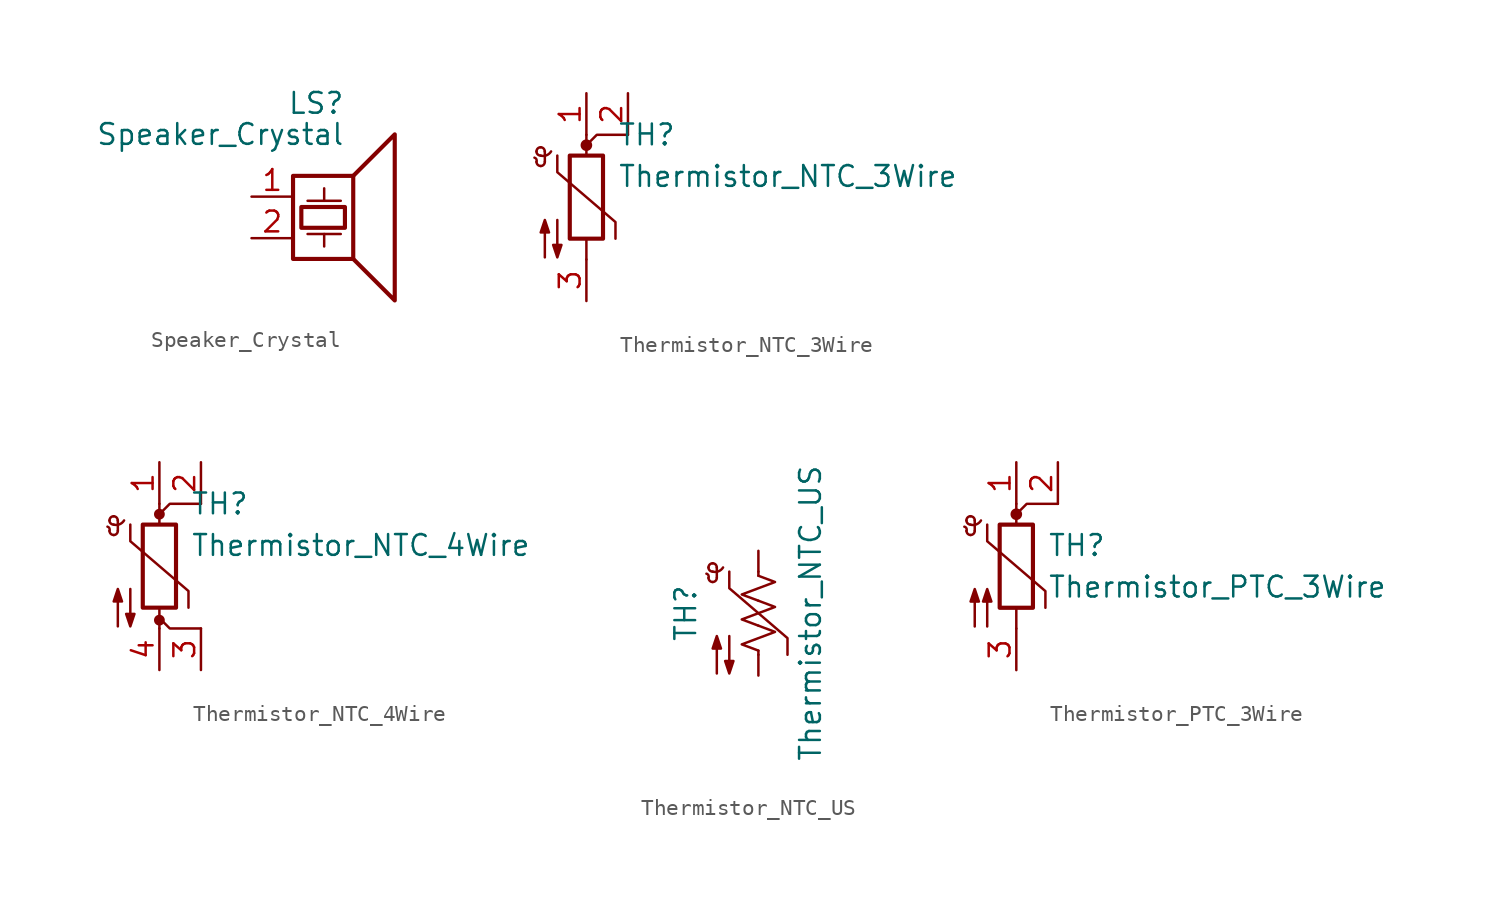
<source format=kicad_sym>
(kicad_symbol_lib
  (version 20241209)
  (generator "kicad_symbol_editor")
  (generator_version "9.0")
  (symbol "Speaker_Crystal"
    (pin_names
      (offset 0)
      (hide yes))
    (property "Reference" "LS"
      (at 0.635 5.715 0)
      (effects (font (size 1.27 1.27)) (justify right)))
    (property "Value" "Speaker_Crystal"
      (at 0.635 3.81 0)
      (effects (font (size 1.27 1.27)) (justify right)))
    (symbol "Speaker_Crystal_0_0"
      (rectangle (start -2.54 1.27) (end 1.143 -3.81) (stroke (width 0.254) (type default)) (fill (type none)))
      (rectangle (start -2.032 -0.635) (end 0.635 -1.905) (stroke (width 0.254) (type default)) (fill (type none)))
      (polyline (pts (xy -1.651 -0.254) (xy 0.381 -0.254)) (stroke (width 0) (type default)) (fill (type none)))
      (polyline (pts (xy -1.651 -2.286) (xy 0.381 -2.286)) (stroke (width 0) (type default)) (fill (type none)))
      (polyline (pts (xy -0.635 -0.254) (xy -0.635 0.508)) (stroke (width 0) (type default)) (fill (type none)))
      (polyline (pts (xy -0.635 -2.286) (xy -0.635 -3.048)) (stroke (width 0) (type default)) (fill (type none)))
      (polyline (pts (xy 1.143 1.27) (xy 3.683 3.81) (xy 3.683 -6.35) (xy 1.143 -3.81)) (stroke (width 0.254) (type default)) (fill (type none))))
    (symbol "Speaker_Crystal_1_1"
      (pin input line (at -5.08 0 0) (length 2.54) (name "1" (effects (font (size 1.27 1.27)))) (number "1" (effects (font (size 1.27 1.27)))))
      (pin input line (at -5.08 -2.54 0) (length 2.54) (name "2" (effects (font (size 1.27 1.27)))) (number "2" (effects (font (size 1.27 1.27)))))))
  (symbol "Thermistor_NTC_3Wire"
    (pin_names
      (offset 0))
    (property "Reference" "TH"
      (at 1.905 3.81 0)
      (effects (font (size 1.27 1.27)) (justify left)))
    (property "Value" "Thermistor_NTC_3Wire"
      (at 1.905 1.27 0)
      (effects (font (size 1.27 1.27)) (justify left)))
    (symbol "Thermistor_NTC_3Wire_0_1"
      (arc (start -3.175 2.413) (mid -3.0506 2.3165) (end -3.048 2.159) (stroke (width 0) (type default)) (fill (type none)))
      (arc (start -3.048 2.794) (mid -2.9736 2.9736) (end -2.794 3.048) (stroke (width 0) (type default)) (fill (type none)))
      (arc (start -2.794 3.048) (mid -2.6144 2.9736) (end -2.54 2.794) (stroke (width 0) (type default)) (fill (type none)))
      (arc (start -2.794 2.54) (mid -2.9736 2.6144) (end -3.048 2.794) (stroke (width 0) (type default)) (fill (type none)))
      (arc (start -2.794 1.905) (mid -2.9736 1.9794) (end -3.048 2.159) (stroke (width 0) (type default)) (fill (type none)))
      (arc (start -2.54 2.159) (mid -2.6144 1.9794) (end -2.794 1.905) (stroke (width 0) (type default)) (fill (type none)))
      (arc (start -2.159 2.794) (mid -2.434 2.5608) (end -2.794 2.54) (stroke (width 0) (type default)) (fill (type none)))
      (polyline (pts (xy -2.54 2.159) (xy -2.54 2.794)) (stroke (width 0) (type default)) (fill (type none)))
      (polyline (pts (xy -2.54 -3.683) (xy -2.54 -1.397) (xy -2.794 -2.159) (xy -2.286 -2.159) (xy -2.54 -1.397) (xy -2.54 -1.651)) (stroke (width 0) (type default)) (fill (type outline)))
      (polyline (pts (xy -1.778 2.54) (xy -1.778 1.524) (xy 1.778 -1.524) (xy 1.778 -2.54)) (stroke (width 0) (type default)) (fill (type none)))
      (polyline (pts (xy -1.778 -1.397) (xy -1.778 -3.683) (xy -2.032 -2.921) (xy -1.524 -2.921) (xy -1.778 -3.683) (xy -1.778 -3.429)) (stroke (width 0) (type default)) (fill (type outline)))
      (rectangle (start -1.016 2.54) (end 1.016 -2.54) (stroke (width 0.254) (type default)) (fill (type none)))
      (polyline (pts (xy 0 3.81) (xy 0 2.54)) (stroke (width 0) (type default)) (fill (type none)))
      (circle (center 0 3.175) (radius 0.279) (stroke (width 0) (type default)) (fill (type outline)))
      (polyline (pts (xy 0 -3.81) (xy 0 -2.54)) (stroke (width 0) (type default)) (fill (type none)))
      (polyline (pts (xy 2.54 3.81) (xy 0.635 3.81) (xy 0 3.175)) (stroke (width 0) (type default)) (fill (type none))))
    (symbol "Thermistor_NTC_3Wire_1_1"
      (pin passive line (at 0 6.35 270) (length 2.54) (name "~" (effects (font (size 1.27 1.27)))) (number "1" (effects (font (size 1.27 1.27)))))
      (pin passive line (at 0 -6.35 90) (length 2.54) (name "~" (effects (font (size 1.27 1.27)))) (number "3" (effects (font (size 1.27 1.27)))))
      (pin passive line (at 2.54 6.35 270) (length 2.54) (name "~" (effects (font (size 1.27 1.27)))) (number "2" (effects (font (size 1.27 1.27)))))))
  (symbol "Thermistor_NTC_4Wire"
    (pin_names
      (offset 0))
    (property "Reference" "TH"
      (at 1.905 3.81 0)
      (effects (font (size 1.27 1.27)) (justify left)))
    (property "Value" "Thermistor_NTC_4Wire"
      (at 1.905 1.27 0)
      (effects (font (size 1.27 1.27)) (justify left)))
    (symbol "Thermistor_NTC_4Wire_0_1"
      (arc (start -3.175 2.413) (mid -3.0506 2.3165) (end -3.048 2.159) (stroke (width 0) (type default)) (fill (type none)))
      (arc (start -3.048 2.794) (mid -2.9736 2.9736) (end -2.794 3.048) (stroke (width 0) (type default)) (fill (type none)))
      (arc (start -2.794 3.048) (mid -2.6144 2.9736) (end -2.54 2.794) (stroke (width 0) (type default)) (fill (type none)))
      (arc (start -2.794 2.54) (mid -2.9736 2.6144) (end -3.048 2.794) (stroke (width 0) (type default)) (fill (type none)))
      (arc (start -2.794 1.905) (mid -2.9736 1.9794) (end -3.048 2.159) (stroke (width 0) (type default)) (fill (type none)))
      (arc (start -2.54 2.159) (mid -2.6144 1.9794) (end -2.794 1.905) (stroke (width 0) (type default)) (fill (type none)))
      (arc (start -2.159 2.794) (mid -2.434 2.5608) (end -2.794 2.54) (stroke (width 0) (type default)) (fill (type none)))
      (polyline (pts (xy -2.54 2.159) (xy -2.54 2.794)) (stroke (width 0) (type default)) (fill (type none)))
      (polyline (pts (xy -2.54 -3.683) (xy -2.54 -1.397) (xy -2.794 -2.159) (xy -2.286 -2.159) (xy -2.54 -1.397) (xy -2.54 -1.651)) (stroke (width 0) (type default)) (fill (type outline)))
      (polyline (pts (xy -1.778 2.54) (xy -1.778 1.524) (xy 1.778 -1.524) (xy 1.778 -2.54)) (stroke (width 0) (type default)) (fill (type none)))
      (polyline (pts (xy -1.778 -1.397) (xy -1.778 -3.683) (xy -2.032 -2.921) (xy -1.524 -2.921) (xy -1.778 -3.683) (xy -1.778 -3.429)) (stroke (width 0) (type default)) (fill (type outline)))
      (rectangle (start -1.016 2.54) (end 1.016 -2.54) (stroke (width 0.254) (type default)) (fill (type none)))
      (polyline (pts (xy 0 3.81) (xy 0 2.54)) (stroke (width 0) (type default)) (fill (type none)))
      (circle (center 0 3.175) (radius 0.254) (stroke (width 0) (type default)) (fill (type outline)))
      (polyline (pts (xy 0 3.175) (xy 0 3.175)) (stroke (width 0) (type default)) (fill (type none)))
      (circle (center 0 -3.302) (radius 0.254) (stroke (width 0) (type default)) (fill (type outline)))
      (polyline (pts (xy 0 -3.81) (xy 0 -2.54)) (stroke (width 0) (type default)) (fill (type none)))
      (polyline (pts (xy 2.54 3.81) (xy 0.635 3.81) (xy 0 3.175)) (stroke (width 0) (type default)) (fill (type none)))
      (polyline (pts (xy 2.54 -3.81) (xy 0.635 -3.81) (xy 0 -3.175)) (stroke (width 0) (type default)) (fill (type none))))
    (symbol "Thermistor_NTC_4Wire_1_1"
      (pin passive line (at 0 6.35 270) (length 2.54) (name "~" (effects (font (size 1.27 1.27)))) (number "1" (effects (font (size 1.27 1.27)))))
      (pin passive line (at 0 -6.35 90) (length 2.54) (name "~" (effects (font (size 1.27 1.27)))) (number "4" (effects (font (size 1.27 1.27)))))
      (pin passive line (at 2.54 6.35 270) (length 2.54) (name "~" (effects (font (size 1.27 1.27)))) (number "2" (effects (font (size 1.27 1.27)))))
      (pin passive line (at 2.54 -6.35 90) (length 2.54) (name "~" (effects (font (size 1.27 1.27)))) (number "3" (effects (font (size 1.27 1.27)))))))
  (symbol "Thermistor_NTC_US"
    (pin_numbers
      (hide yes))
    (pin_names
      (offset 0))
    (property "Reference" "TH"
      (at -4.445 0 90)
      (effects (font (size 1.27 1.27))))
    (property "Value" "Thermistor_NTC_US"
      (at 3.175 0 90)
      (effects (font (size 1.27 1.27))))
    (symbol "Thermistor_NTC_US_0_1"
      (arc (start -3.175 2.413) (mid -3.0506 2.3165) (end -3.048 2.159) (stroke (width 0) (type default)) (fill (type none)))
      (arc (start -3.048 2.794) (mid -2.9736 2.9736) (end -2.794 3.048) (stroke (width 0) (type default)) (fill (type none)))
      (arc (start -2.794 3.048) (mid -2.6144 2.9736) (end -2.54 2.794) (stroke (width 0) (type default)) (fill (type none)))
      (arc (start -2.794 2.54) (mid -2.9736 2.6144) (end -3.048 2.794) (stroke (width 0) (type default)) (fill (type none)))
      (arc (start -2.794 1.905) (mid -2.9736 1.9794) (end -3.048 2.159) (stroke (width 0) (type default)) (fill (type none)))
      (arc (start -2.54 2.159) (mid -2.6144 1.9794) (end -2.794 1.905) (stroke (width 0) (type default)) (fill (type none)))
      (arc (start -2.159 2.794) (mid -2.434 2.5608) (end -2.794 2.54) (stroke (width 0) (type default)) (fill (type none)))
      (polyline (pts (xy -2.54 2.159) (xy -2.54 2.794)) (stroke (width 0) (type default)) (fill (type none)))
      (polyline (pts (xy -2.54 -3.683) (xy -2.54 -1.397) (xy -2.794 -2.159) (xy -2.286 -2.159) (xy -2.54 -1.397) (xy -2.54 -1.651)) (stroke (width 0) (type default)) (fill (type outline)))
      (polyline (pts (xy -1.778 2.54) (xy -1.778 1.524) (xy 1.778 -1.524) (xy 1.778 -2.54)) (stroke (width 0) (type default)) (fill (type none)))
      (polyline (pts (xy -1.778 -1.397) (xy -1.778 -3.683) (xy -2.032 -2.921) (xy -1.524 -2.921) (xy -1.778 -3.683) (xy -1.778 -3.429)) (stroke (width 0) (type default)) (fill (type outline)))
      (polyline (pts (xy 0 2.286) (xy 0 2.54)) (stroke (width 0) (type default)) (fill (type none)))
      (polyline (pts (xy 0 2.286) (xy 1.016 1.905) (xy 0 1.524) (xy -1.016 1.143) (xy 0 0.762)) (stroke (width 0) (type default)) (fill (type none)))
      (polyline (pts (xy 0 0.762) (xy 1.016 0.381) (xy 0 0) (xy -1.016 -0.381) (xy 0 -0.762)) (stroke (width 0) (type default)) (fill (type none)))
      (polyline (pts (xy 0 -0.762) (xy 1.016 -1.143) (xy 0 -1.524) (xy -1.016 -1.905) (xy 0 -2.286)) (stroke (width 0) (type default)) (fill (type none)))
      (polyline (pts (xy 0 -2.286) (xy 0 -2.54)) (stroke (width 0) (type default)) (fill (type none))))
    (symbol "Thermistor_NTC_US_1_1"
      (pin passive line (at 0 3.81 270) (length 1.27) (name "~" (effects (font (size 1.27 1.27)))) (number "1" (effects (font (size 1.27 1.27)))))
      (pin passive line (at 0 -3.81 90) (length 1.27) (name "~" (effects (font (size 1.27 1.27)))) (number "2" (effects (font (size 1.27 1.27)))))))
  (symbol "Thermistor_PTC_3Wire"
    (pin_names
      (offset 0))
    (property "Reference" "TH"
      (at 1.905 1.27 0)
      (effects (font (size 1.27 1.27)) (justify left)))
    (property "Value" "Thermistor_PTC_3Wire"
      (at 1.905 -1.27 0)
      (effects (font (size 1.27 1.27)) (justify left)))
    (symbol "Thermistor_PTC_3Wire_0_1"
      (arc (start -3.175 2.413) (mid -3.0506 2.3165) (end -3.048 2.159) (stroke (width 0) (type default)) (fill (type none)))
      (arc (start -3.048 2.794) (mid -2.9736 2.9736) (end -2.794 3.048) (stroke (width 0) (type default)) (fill (type none)))
      (arc (start -2.794 3.048) (mid -2.6144 2.9736) (end -2.54 2.794) (stroke (width 0) (type default)) (fill (type none)))
      (arc (start -2.794 2.54) (mid -2.9736 2.6144) (end -3.048 2.794) (stroke (width 0) (type default)) (fill (type none)))
      (arc (start -2.794 1.905) (mid -2.9736 1.9794) (end -3.048 2.159) (stroke (width 0) (type default)) (fill (type none)))
      (arc (start -2.54 2.159) (mid -2.6144 1.9794) (end -2.794 1.905) (stroke (width 0) (type default)) (fill (type none)))
      (arc (start -2.159 2.794) (mid -2.434 2.5608) (end -2.794 2.54) (stroke (width 0) (type default)) (fill (type none)))
      (polyline (pts (xy -2.54 2.159) (xy -2.54 2.794)) (stroke (width 0) (type default)) (fill (type none)))
      (polyline (pts (xy -2.54 -3.683) (xy -2.54 -1.397) (xy -2.794 -2.159) (xy -2.286 -2.159) (xy -2.54 -1.397) (xy -2.54 -1.651)) (stroke (width 0) (type default)) (fill (type outline)))
      (polyline (pts (xy -1.778 2.54) (xy -1.778 1.524) (xy 1.778 -1.524) (xy 1.778 -2.54)) (stroke (width 0) (type default)) (fill (type none)))
      (polyline (pts (xy -1.778 -3.683) (xy -1.778 -1.397) (xy -2.032 -2.159) (xy -1.524 -2.159) (xy -1.778 -1.397) (xy -1.778 -1.651)) (stroke (width 0) (type default)) (fill (type outline)))
      (rectangle (start -1.016 2.54) (end 1.016 -2.54) (stroke (width 0.254) (type default)) (fill (type none)))
      (polyline (pts (xy 0 3.81) (xy 0 2.54)) (stroke (width 0) (type default)) (fill (type none)))
      (circle (center 0 3.175) (radius 0.279) (stroke (width 0) (type default)) (fill (type outline)))
      (polyline (pts (xy 0 -3.81) (xy 0 -2.54)) (stroke (width 0) (type default)) (fill (type none)))
      (polyline (pts (xy 2.54 3.81) (xy 0.635 3.81) (xy 0 3.175)) (stroke (width 0) (type default)) (fill (type none))))
    (symbol "Thermistor_PTC_3Wire_1_1"
      (pin passive line (at 0 6.35 270) (length 2.54) (name "~" (effects (font (size 1.27 1.27)))) (number "1" (effects (font (size 1.27 1.27)))))
      (pin passive line (at 0 -6.35 90) (length 2.54) (name "~" (effects (font (size 1.27 1.27)))) (number "3" (effects (font (size 1.27 1.27)))))
      (pin passive line (at 2.54 6.35 270) (length 2.54) (name "~" (effects (font (size 1.27 1.27)))) (number "2" (effects (font (size 1.27 1.27))))))))
</source>
